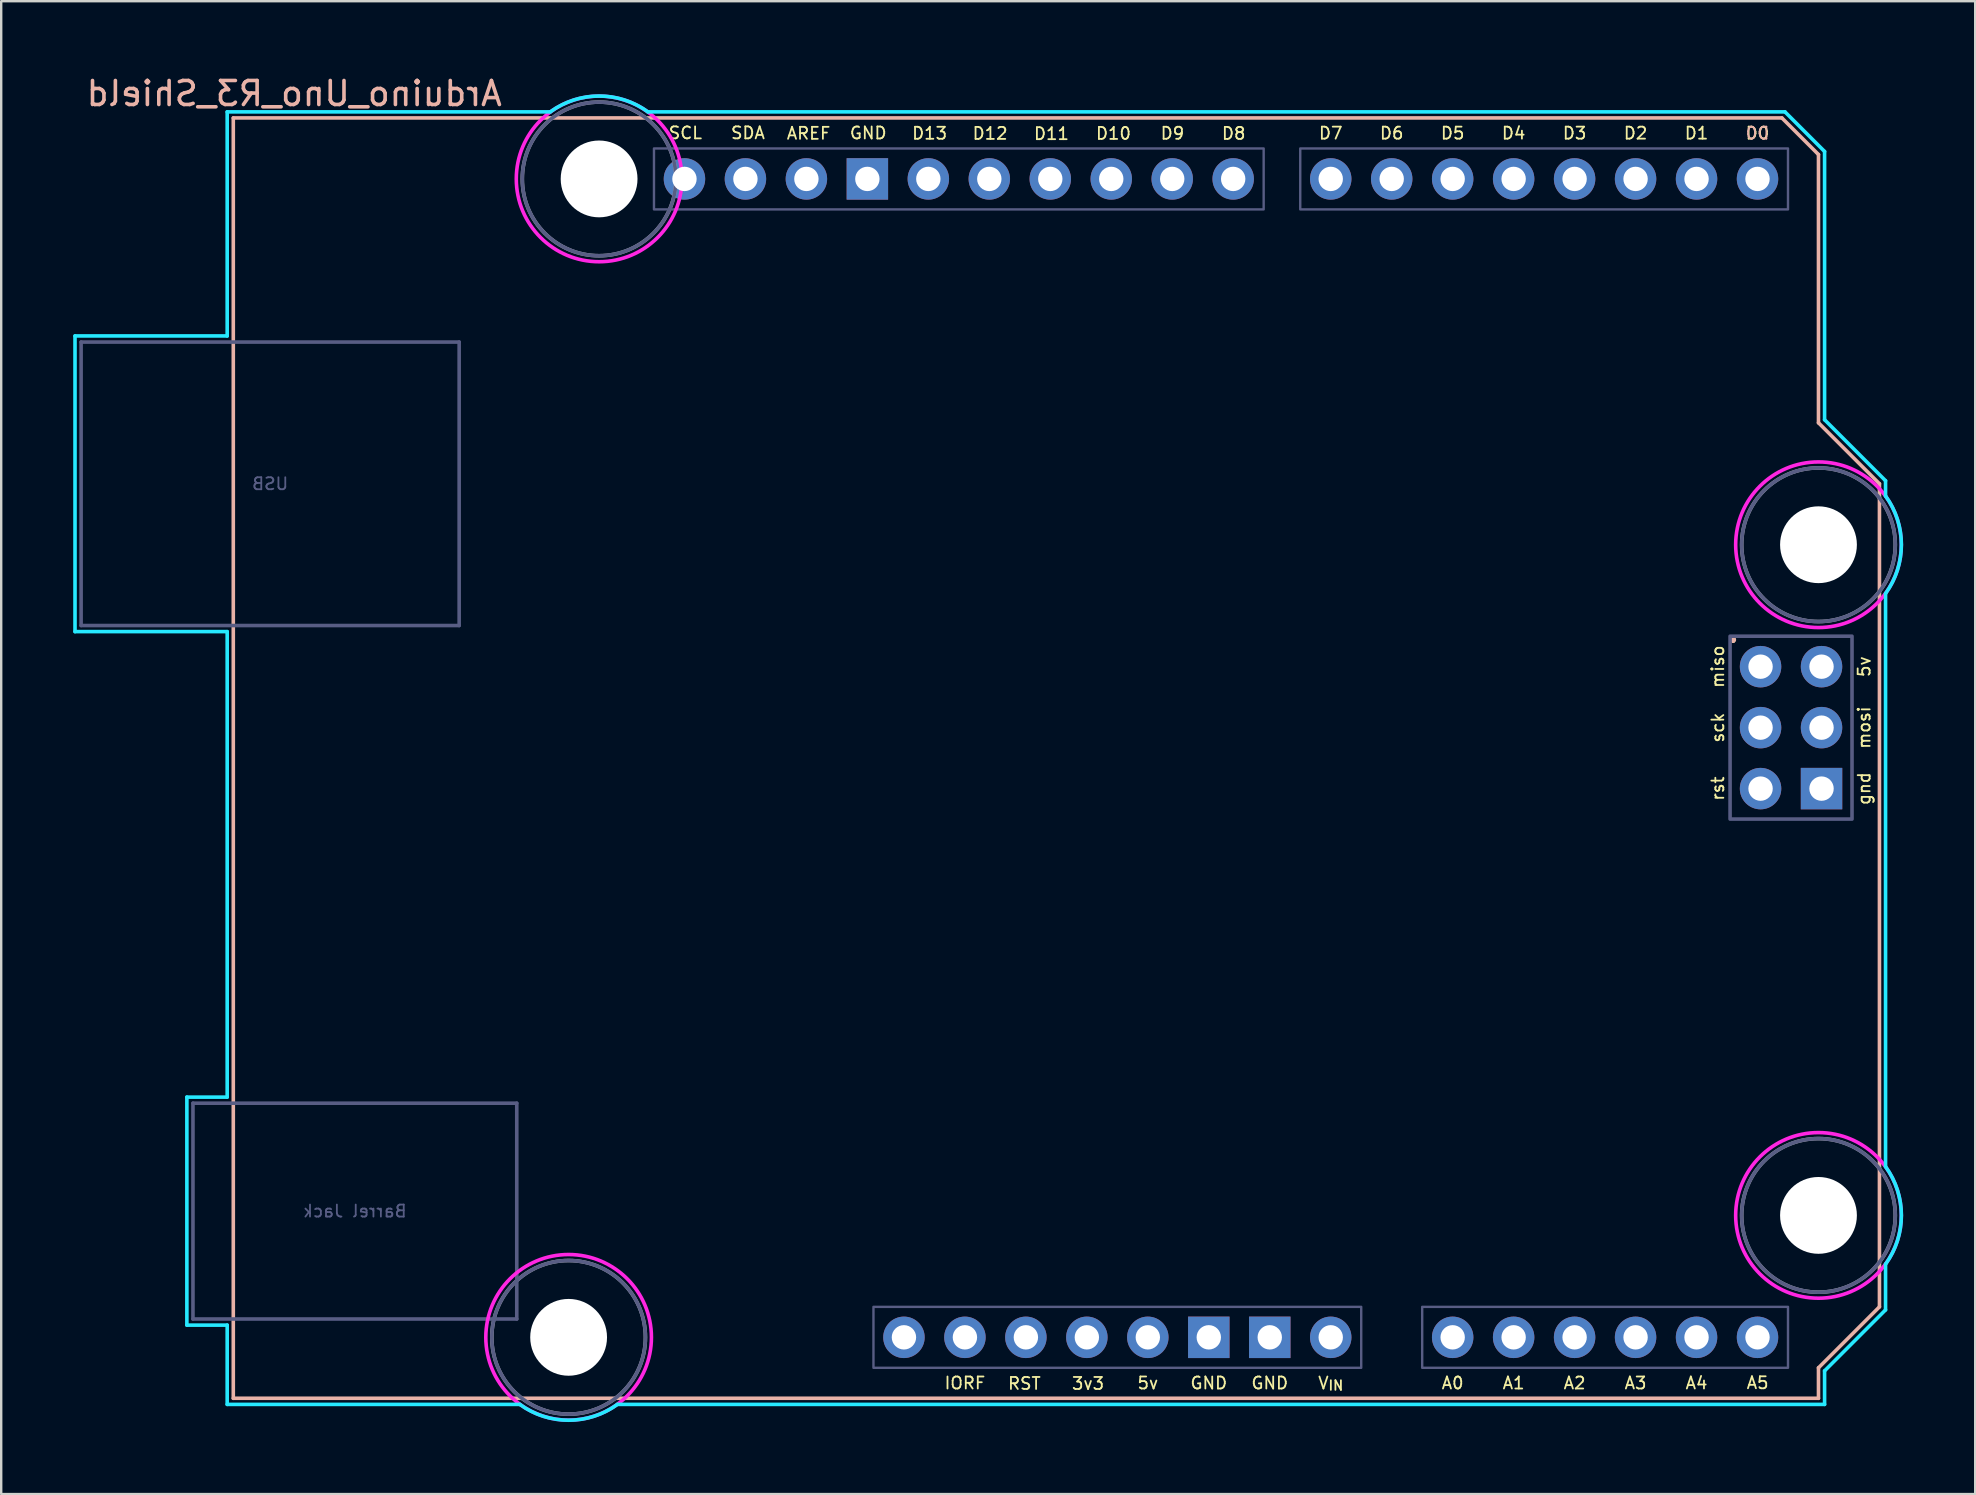
<source format=kicad_pcb>
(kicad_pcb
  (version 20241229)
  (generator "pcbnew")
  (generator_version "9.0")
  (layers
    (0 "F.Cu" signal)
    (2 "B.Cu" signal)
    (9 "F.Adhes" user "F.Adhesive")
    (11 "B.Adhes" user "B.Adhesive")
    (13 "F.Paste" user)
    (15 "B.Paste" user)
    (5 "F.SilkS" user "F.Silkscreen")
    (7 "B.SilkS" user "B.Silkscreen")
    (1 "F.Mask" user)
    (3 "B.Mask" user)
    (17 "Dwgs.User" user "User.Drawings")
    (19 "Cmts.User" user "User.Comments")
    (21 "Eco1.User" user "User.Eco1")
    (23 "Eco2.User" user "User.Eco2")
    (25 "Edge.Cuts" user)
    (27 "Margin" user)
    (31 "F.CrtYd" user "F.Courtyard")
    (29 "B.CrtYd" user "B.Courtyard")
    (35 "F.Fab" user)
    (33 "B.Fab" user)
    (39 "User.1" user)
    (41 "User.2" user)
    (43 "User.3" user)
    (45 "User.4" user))
  (footprint "Arduino_Uno_R3_Shield"
    (layer "F.Cu")
    (at 6.669 55.204)
    (property "Reference" "Arduino_Uno_R3_Shield" (at 2.54 -54.356 0) (layer "B.SilkS") (effects (font (size 1 1) (thickness 0.15)) (justify mirror)))
    (attr through_hole)
    (fp_line (start 0 -53.34) (end 0 0) (stroke (width 0.15) (type solid)) (layer "B.SilkS"))
    (fp_line (start 0 -53.34) (end 64.516 -53.34) (stroke (width 0.15) (type solid)) (layer "B.SilkS"))
    (fp_line (start 0 0) (end 66.04 0) (stroke (width 0.15) (type solid)) (layer "B.SilkS"))
    (fp_line (start 64.516 -53.34) (end 66.04 -51.816) (stroke (width 0.15) (type solid)) (layer "B.SilkS"))
    (fp_line (start 66.04 -40.64) (end 66.04 -51.816) (stroke (width 0.15) (type solid)) (layer "B.SilkS"))
    (fp_line (start 66.04 -1.27) (end 68.58 -3.81) (stroke (width 0.15) (type solid)) (layer "B.SilkS"))
    (fp_line (start 66.04 0) (end 66.04 -1.27) (stroke (width 0.15) (type solid)) (layer "B.SilkS"))
    (fp_line (start 68.58 -38.1) (end 66.04 -40.64) (stroke (width 0.15) (type solid)) (layer "B.SilkS"))
    (fp_line (start 68.58 -3.81) (end 68.58 -38.1) (stroke (width 0.15) (type solid)) (layer "B.SilkS"))
    (fp_line (start -6.594 -44.258) (end -0.254 -44.258) (stroke (width 0.15) (type solid)) (layer "B.CrtYd"))
    (fp_line (start -6.594 -31.94) (end -6.594 -44.258) (stroke (width 0.15) (type solid)) (layer "B.CrtYd"))
    (fp_line (start -1.934 -12.548) (end -1.934 -3.049) (stroke (width 0.15) (type solid)) (layer "B.CrtYd"))
    (fp_line (start -1.934 -12.548) (end -0.254 -12.548) (stroke (width 0.15) (type solid)) (layer "B.CrtYd"))
    (fp_line (start -1.934 -3.049) (end -0.254 -3.049) (stroke (width 0.15) (type solid)) (layer "B.CrtYd"))
    (fp_line (start -0.254 -53.594) (end -0.254 -44.258) (stroke (width 0.15) (type solid)) (layer "B.CrtYd"))
    (fp_line (start -0.254 -31.94) (end -6.594 -31.94) (stroke (width 0.15) (type solid)) (layer "B.CrtYd"))
    (fp_line (start -0.254 -31.94) (end -0.254 -12.548) (stroke (width 0.15) (type solid)) (layer "B.CrtYd"))
    (fp_line (start -0.254 -3.049) (end -0.254 0.254) (stroke (width 0.15) (type solid)) (layer "B.CrtYd"))
    (fp_line (start 11.938 0.254) (end -0.254 0.254) (stroke (width 0.15) (type solid)) (layer "B.CrtYd"))
    (fp_line (start 13.208 -53.594) (end -0.254 -53.594) (stroke (width 0.15) (type solid)) (layer "B.CrtYd"))
    (fp_line (start 16.002 0.254) (end 66.294 0.254) (stroke (width 0.15) (type solid)) (layer "B.CrtYd"))
    (fp_line (start 17.272 -53.594) (end 64.643 -53.594) (stroke (width 0.15) (type solid)) (layer "B.CrtYd"))
    (fp_line (start 64.643 -53.594) (end 66.294 -51.943) (stroke (width 0.15) (type solid)) (layer "B.CrtYd"))
    (fp_line (start 66.294 -40.767) (end 66.294 -51.943) (stroke (width 0.15) (type solid)) (layer "B.CrtYd"))
    (fp_line (start 66.294 -1.143) (end 68.834 -3.683) (stroke (width 0.15) (type solid)) (layer "B.CrtYd"))
    (fp_line (start 66.294 0.254) (end 66.294 -1.143) (stroke (width 0.15) (type solid)) (layer "B.CrtYd"))
    (fp_line (start 68.834 -38.227) (end 66.294 -40.767) (stroke (width 0.15) (type solid)) (layer "B.CrtYd"))
    (fp_line (start 68.834 -38.227) (end 68.834 -37.592) (stroke (width 0.15) (type solid)) (layer "B.CrtYd"))
    (fp_line (start 68.834 -9.652) (end 68.834 -33.528) (stroke (width 0.15) (type solid)) (layer "B.CrtYd"))
    (fp_line (start 68.834 -5.588) (end 68.834 -3.683) (stroke (width 0.15) (type solid)) (layer "B.CrtYd"))
    (fp_arc (start 13.208 -53.594) (mid 15.24 -54.254237) (end 17.272 -53.594) (stroke (width 0.15) (type solid)) (layer "B.CrtYd"))
    (fp_arc (start 16.002 0.254) (mid 13.97 0.914237) (end 11.938 0.254) (stroke (width 0.15) (type solid)) (layer "B.CrtYd"))
    (fp_arc (start 68.834 -37.592) (mid 69.494238 -35.56) (end 68.834 -33.528) (stroke (width 0.15) (type solid)) (layer "B.CrtYd"))
    (fp_arc (start 68.834 -9.652) (mid 69.494238 -7.62) (end 68.834 -5.588) (stroke (width 0.15) (type solid)) (layer "B.CrtYd"))
    (fp_circle (center 13.97 -2.54) (end 17.42 -2.54) (stroke (width 0.15) (type solid)) (fill no) (layer "F.CrtYd"))
    (fp_circle (center 15.24 -50.8) (end 18.69 -50.8) (stroke (width 0.15) (type solid)) (fill no) (layer "F.CrtYd"))
    (fp_circle (center 66.04 -35.56) (end 69.49 -35.56) (stroke (width 0.15) (type solid)) (fill no) (layer "F.CrtYd"))
    (fp_circle (center 66.04 -7.62) (end 69.49 -7.62) (stroke (width 0.15) (type solid)) (fill no) (layer "F.CrtYd"))
    (fp_line (start -6.34 -44.004) (end 9.41 -44.004) (stroke (width 0.15) (type solid)) (layer "B.Fab"))
    (fp_line (start -6.34 -32.194) (end -6.34 -44.004) (stroke (width 0.15) (type solid)) (layer "B.Fab"))
    (fp_line (start -6.34 -32.194) (end 9.41 -32.194) (stroke (width 0.15) (type solid)) (layer "B.Fab"))
    (fp_line (start -1.68 -12.294) (end -1.68 -3.303) (stroke (width 0.15) (type solid)) (layer "B.Fab"))
    (fp_line (start -1.68 -12.294) (end 11.81 -12.294) (stroke (width 0.15) (type solid)) (layer "B.Fab"))
    (fp_line (start -1.68 -3.303) (end 11.81 -3.303) (stroke (width 0.15) (type solid)) (layer "B.Fab"))
    (fp_line (start 9.41 -32.194) (end 9.41 -44.004) (stroke (width 0.15) (type solid)) (layer "B.Fab"))
    (fp_line (start 11.81 -12.294) (end 11.81 -3.303) (stroke (width 0.15) (type solid)) (layer "B.Fab"))
    (fp_rect (start 17.526 -52.07) (end 42.926 -49.53) (stroke (width 0.1) (type solid)) (fill no) (layer "B.Fab"))
    (fp_rect (start 26.67 -3.81) (end 46.99 -1.27) (stroke (width 0.1) (type solid)) (fill no) (layer "B.Fab"))
    (fp_rect (start 44.45 -52.07) (end 64.77 -49.53) (stroke (width 0.1) (type solid)) (fill no) (layer "B.Fab"))
    (fp_rect (start 49.53 -3.81) (end 64.77 -1.27) (stroke (width 0.1) (type solid)) (fill no) (layer "B.Fab"))
    (fp_rect (start 62.357 -31.75) (end 67.437 -24.13) (stroke (width 0.15) (type solid)) (fill no) (layer "B.Fab"))
    (fp_circle (center 13.97 -2.54) (end 17.17 -2.54) (stroke (width 0.15) (type solid)) (fill no) (layer "B.Fab"))
    (fp_circle (center 15.24 -50.8) (end 18.44 -50.8) (stroke (width 0.15) (type solid)) (fill no) (layer "B.Fab"))
    (fp_circle (center 66.04 -35.56) (end 69.24 -35.56) (stroke (width 0.15) (type solid)) (fill no) (layer "B.Fab"))
    (fp_circle (center 66.04 -7.62) (end 69.24 -7.62) (stroke (width 0.15) (type solid)) (fill no) (layer "B.Fab"))
    (fp_circle (center 13.97 -2.54) (end 17.17 -2.54) (stroke (width 0.15) (type solid)) (fill no) (layer "F.Fab"))
    (fp_circle (center 15.24 -50.8) (end 18.44 -50.8) (stroke (width 0.15) (type solid)) (fill no) (layer "F.Fab"))
    (fp_circle (center 66.04 -35.56) (end 69.24 -35.56) (stroke (width 0.15) (type solid)) (fill no) (layer "F.Fab"))
    (fp_circle (center 66.04 -7.62) (end 69.24 -7.62) (stroke (width 0.15) (type solid)) (fill no) (layer "F.Fab"))
    (fp_text user "rst" (at 61.849 -25.4 90) (unlocked yes) (layer "F.SilkS") (effects (font (size 0.5 0.5) (thickness 0.075))))
    (fp_text user "gnd" (at 67.945 -25.4 90) (unlocked yes) (layer "F.SilkS") (effects (font (size 0.5 0.5) (thickness 0.075))))
    (fp_text user "D13" (at 29.009 -52.7 0) (unlocked yes) (layer "F.SilkS") (effects (font (size 0.5 0.5) (thickness 0.075))))
    (fp_text user "sck" (at 61.849 -27.94 90) (unlocked yes) (layer "F.SilkS") (effects (font (size 0.5 0.5) (thickness 0.075))))
    (fp_text user "mosi" (at 67.945 -27.94 90) (unlocked yes) (layer "F.SilkS") (effects (font (size 0.5 0.5) (thickness 0.075))))
    (fp_text user "D8" (at 41.678 -52.694 0) (unlocked yes) (layer "F.SilkS") (effects (font (size 0.5 0.5) (thickness 0.075))))
    (fp_text user "A0" (at 50.8 -0.635 0) (unlocked yes) (layer "F.SilkS") (effects (font (size 0.5 0.5) (thickness 0.075))))
    (fp_text user "miso" (at 61.849 -30.48 90) (unlocked yes) (layer "F.SilkS") (effects (font (size 0.5 0.5) (thickness 0.075))))
    (fp_text user "D6" (at 48.26 -52.705 0) (unlocked yes) (layer "F.SilkS") (effects (font (size 0.5 0.5) (thickness 0.075))))
    (fp_text user "D9" (at 39.126 -52.7 0) (unlocked yes) (layer "F.SilkS") (effects (font (size 0.5 0.5) (thickness 0.075))))
    (fp_text user "D5" (at 50.8 -52.705 0) (unlocked yes) (layer "F.SilkS") (effects (font (size 0.5 0.5) (thickness 0.075))))
    (fp_text user "GND" (at 40.64 -0.635 0) (unlocked yes) (layer "F.SilkS") (effects (font (size 0.5 0.5) (thickness 0.075))))
    (fp_text user "A3" (at 58.42 -0.635 0) (unlocked yes) (layer "F.SilkS") (effects (font (size 0.5 0.5) (thickness 0.075))))
    (fp_text user "A4" (at 60.96 -0.635 0) (unlocked yes) (layer "F.SilkS") (effects (font (size 0.5 0.5) (thickness 0.075))))
    (fp_text user "IORF" (at 30.48 -0.635 0) (unlocked yes) (layer "F.SilkS") (effects (font (size 0.5 0.5) (thickness 0.075))))
    (fp_text user "5v" (at 38.1 -0.635 0) (unlocked yes) (layer "F.SilkS") (effects (font (size 0.5 0.5) (thickness 0.075))))
    (fp_text user "D12" (at 31.53 -52.695 0) (unlocked yes) (layer "F.SilkS") (effects (font (size 0.5 0.5) (thickness 0.075))))
    (fp_text user "AREF" (at 23.968 -52.698 0) (unlocked yes) (layer "F.SilkS") (effects (font (size 0.5 0.5) (thickness 0.075))))
    (fp_text user "D2" (at 58.42 -52.705 0) (unlocked yes) (layer "F.SilkS") (effects (font (size 0.5 0.5) (thickness 0.075))))
    (fp_text user "D3" (at 55.88 -52.705 0) (unlocked yes) (layer "F.SilkS") (effects (font (size 0.5 0.5) (thickness 0.075))))
    (fp_text user "SDA" (at 21.44 -52.716 0) (unlocked yes) (layer "F.SilkS") (effects (font (size 0.5 0.5) (thickness 0.075))))
    (fp_text user "GND" (at 26.452 -52.712 0) (unlocked yes) (layer "F.SilkS") (effects (font (size 0.5 0.5) (thickness 0.075))))
    (fp_text user "V_{IN}" (at 45.72 -0.635 0) (unlocked yes) (layer "F.SilkS") (effects (font (size 0.5 0.5) (thickness 0.075))))
    (fp_text user "A1" (at 53.34 -0.635 0) (unlocked yes) (layer "F.SilkS") (effects (font (size 0.5 0.5) (thickness 0.075))))
    (fp_text user "D4" (at 53.34 -52.705 0) (unlocked yes) (layer "F.SilkS") (effects (font (size 0.5 0.5) (thickness 0.075))))
    (fp_text user "GND" (at 43.18 -0.635 0) (unlocked yes) (layer "F.SilkS") (effects (font (size 0.5 0.5) (thickness 0.075))))
    (fp_text user "5v" (at 67.945 -30.48 90) (unlocked yes) (layer "F.SilkS") (effects (font (size 0.5 0.5) (thickness 0.075))))
    (fp_text user "D1" (at 60.96 -52.705 0) (unlocked yes) (layer "F.SilkS") (effects (font (size 0.5 0.5) (thickness 0.075))))
    (fp_text user "D10" (at 36.669 -52.694 0) (unlocked yes) (layer "F.SilkS") (effects (font (size 0.5 0.5) (thickness 0.075))))
    (fp_text user "3v3" (at 35.61 -0.616 0) (unlocked yes) (layer "F.SilkS") (effects (font (size 0.5 0.5) (thickness 0.075))))
    (fp_text user "." (at 62.484 -32.004 0) (layer "F.SilkS") (effects (font (size 1 1) (thickness 0.15))))
    (fp_text user "A2" (at 55.88 -0.635 0) (unlocked yes) (layer "F.SilkS") (effects (font (size 0.5 0.5) (thickness 0.075))))
    (fp_text user "RST" (at 32.957 -0.616 0) (unlocked yes) (layer "F.SilkS") (effects (font (size 0.5 0.5) (thickness 0.075))))
    (fp_text user "D11" (at 34.086 -52.683 0) (unlocked yes) (layer "F.SilkS") (effects (font (size 0.5 0.5) (thickness 0.075))))
    (fp_text user "SCL" (at 18.835 -52.716 0) (unlocked yes) (layer "F.SilkS") (effects (font (size 0.5 0.5) (thickness 0.075))))
    (fp_text user "D0" (at 63.5 -52.705 0) (unlocked yes) (layer "F.SilkS") (effects (font (size 0.5 0.5) (thickness 0.075))))
    (fp_text user "D7" (at 45.72 -52.705 0) (unlocked yes) (layer "F.SilkS") (effects (font (size 0.5 0.5) (thickness 0.075))))
    (fp_text user "A5" (at 63.506 -0.645 0) (unlocked yes) (layer "F.SilkS") (effects (font (size 0.5 0.5) (thickness 0.075))))
    (fp_text user "." (at 62.484 -32.004 0) (layer "B.SilkS") (effects (font (size 1 1) (thickness 0.15))))
    (fp_text user "D0" (at 63.5 -52.705 0) (unlocked yes) (layer "B.SilkS") (effects (font (size 0.5 0.5) (thickness 0.075)) (justify mirror)))
    (fp_text user "Barrel Jack" (at 5.065 -7.798 0) (layer "B.Fab") (effects (font (size 0.5 0.5) (thickness 0.075)) (justify mirror)))
    (fp_text user "USB" (at 1.535 -38.099 0) (layer "B.Fab") (effects (font (size 0.5 0.5) (thickness 0.075)) (justify mirror)))
    (pad "" np_thru_hole circle (at 13.97 -2.54) (size 3.2 3.2) (drill 3.2) (layers "*.Cu" "*.Mask"))
    (pad "" np_thru_hole circle (at 15.24 -50.8) (size 3.2 3.2) (drill 3.2) (layers "*.Cu" "*.Mask"))
    (pad "" thru_hole oval (at 27.94 -2.54) (size 1.727 1.727) (drill 1.016) (layers "*.Cu" "*.Mask"))
    (pad "" np_thru_hole circle (at 66.04 -35.56) (size 3.2 3.2) (drill 3.2) (layers "*.Cu" "*.Mask"))
    (pad "" np_thru_hole circle (at 66.04 -7.62) (size 3.2 3.2) (drill 3.2) (layers "*.Cu" "*.Mask"))
    (pad "3V3" thru_hole oval (at 35.56 -2.54) (size 1.727 1.727) (drill 1.016) (layers "*.Cu" "*.Mask"))
    (pad "5V1" thru_hole oval (at 38.1 -2.54) (size 1.727 1.727) (drill 1.016) (layers "*.Cu" "*.Mask"))
    (pad "5V2" thru_hole oval (at 66.167 -30.48) (size 1.727 1.727) (drill 1.016) (layers "*.Cu" "*.Mask"))
    (pad "A0" thru_hole oval (at 50.8 -2.54) (size 1.727 1.727) (drill 1.016) (layers "*.Cu" "*.Mask"))
    (pad "A1" thru_hole oval (at 53.34 -2.54) (size 1.727 1.727) (drill 1.016) (layers "*.Cu" "*.Mask"))
    (pad "A2" thru_hole oval (at 55.88 -2.54) (size 1.727 1.727) (drill 1.016) (layers "*.Cu" "*.Mask"))
    (pad "A3" thru_hole oval (at 58.42 -2.54) (size 1.727 1.727) (drill 1.016) (layers "*.Cu" "*.Mask"))
    (pad "A4" thru_hole oval (at 60.96 -2.54) (size 1.727 1.727) (drill 1.016) (layers "*.Cu" "*.Mask"))
    (pad "A5" thru_hole oval (at 63.5 -2.54) (size 1.727 1.727) (drill 1.016) (layers "*.Cu" "*.Mask"))
    (pad "AREF" thru_hole oval (at 23.876 -50.8) (size 1.727 1.727) (drill 1.016) (layers "*.Cu" "*.Mask"))
    (pad "D0" thru_hole oval (at 63.5 -50.8) (size 1.727 1.727) (drill 1.016) (layers "*.Cu" "*.Mask"))
    (pad "D1" thru_hole oval (at 60.96 -50.8) (size 1.727 1.727) (drill 1.016) (layers "*.Cu" "*.Mask"))
    (pad "D2" thru_hole oval (at 58.42 -50.8) (size 1.727 1.727) (drill 1.016) (layers "*.Cu" "*.Mask"))
    (pad "D3" thru_hole oval (at 55.88 -50.8) (size 1.727 1.727) (drill 1.016) (layers "*.Cu" "*.Mask"))
    (pad "D4" thru_hole oval (at 53.34 -50.8) (size 1.727 1.727) (drill 1.016) (layers "*.Cu" "*.Mask"))
    (pad "D5" thru_hole oval (at 50.8 -50.8) (size 1.727 1.727) (drill 1.016) (layers "*.Cu" "*.Mask"))
    (pad "D6" thru_hole oval (at 48.26 -50.8) (size 1.727 1.727) (drill 1.016) (layers "*.Cu" "*.Mask"))
    (pad "D7" thru_hole oval (at 45.72 -50.8) (size 1.727 1.727) (drill 1.016) (layers "*.Cu" "*.Mask"))
    (pad "D8" thru_hole oval (at 41.656 -50.8) (size 1.727 1.727) (drill 1.016) (layers "*.Cu" "*.Mask"))
    (pad "D9" thru_hole oval (at 39.116 -50.8) (size 1.727 1.727) (drill 1.016) (layers "*.Cu" "*.Mask"))
    (pad "D10" thru_hole oval (at 36.576 -50.8) (size 1.727 1.727) (drill 1.016) (layers "*.Cu" "*.Mask"))
    (pad "D11" thru_hole oval (at 34.036 -50.8) (size 1.727 1.727) (drill 1.016) (layers "*.Cu" "*.Mask"))
    (pad "D12" thru_hole oval (at 31.496 -50.8) (size 1.727 1.727) (drill 1.016) (layers "*.Cu" "*.Mask"))
    (pad "D13" thru_hole oval (at 28.956 -50.8) (size 1.727 1.727) (drill 1.016) (layers "*.Cu" "*.Mask"))
    (pad "GND1" thru_hole rect (at 26.416 -50.8) (size 1.727 1.727) (drill 1.016) (layers "*.Cu" "*.Mask"))
    (pad "GND2" thru_hole rect (at 40.64 -2.54) (size 1.727 1.727) (drill 1.016) (layers "*.Cu" "*.Mask"))
    (pad "GND3" thru_hole rect (at 43.18 -2.54) (size 1.727 1.727) (drill 1.016) (layers "*.Cu" "*.Mask"))
    (pad "GND4" thru_hole rect (at 66.167 -25.4) (size 1.727 1.727) (drill 1.016) (layers "*.Cu" "*.Mask"))
    (pad "IORF" thru_hole oval (at 30.48 -2.54) (size 1.727 1.727) (drill 1.016) (layers "*.Cu" "*.Mask"))
    (pad "MISO" thru_hole oval (at 63.627 -30.48) (size 1.727 1.727) (drill 1.016) (layers "*.Cu" "*.Mask"))
    (pad "MOSI" thru_hole oval (at 66.167 -27.94) (size 1.727 1.727) (drill 1.016) (layers "*.Cu" "*.Mask"))
    (pad "RST1" thru_hole oval (at 33.02 -2.54) (size 1.727 1.727) (drill 1.016) (layers "*.Cu" "*.Mask"))
    (pad "RST2" thru_hole oval (at 63.627 -25.4) (size 1.727 1.727) (drill 1.016) (layers "*.Cu" "*.Mask"))
    (pad "SCK" thru_hole oval (at 63.627 -27.94) (size 1.727 1.727) (drill 1.016) (layers "*.Cu" "*.Mask"))
    (pad "SCL" thru_hole oval (at 18.796 -50.8) (size 1.727 1.727) (drill 1.016) (layers "*.Cu" "*.Mask"))
    (pad "SDA" thru_hole oval (at 21.336 -50.8) (size 1.727 1.727) (drill 1.016) (layers "*.Cu" "*.Mask"))
    (pad "VIN" thru_hole oval (at 45.72 -2.54) (size 1.727 1.727) (drill 1.016) (layers "*.Cu" "*.Mask")))
  (gr_rect
    (start -3 -3)
    (end 79.238 59.193)
    (stroke (width 0.1) (type default))
    (fill no)
    (layer "Edge.Cuts")))
</source>
